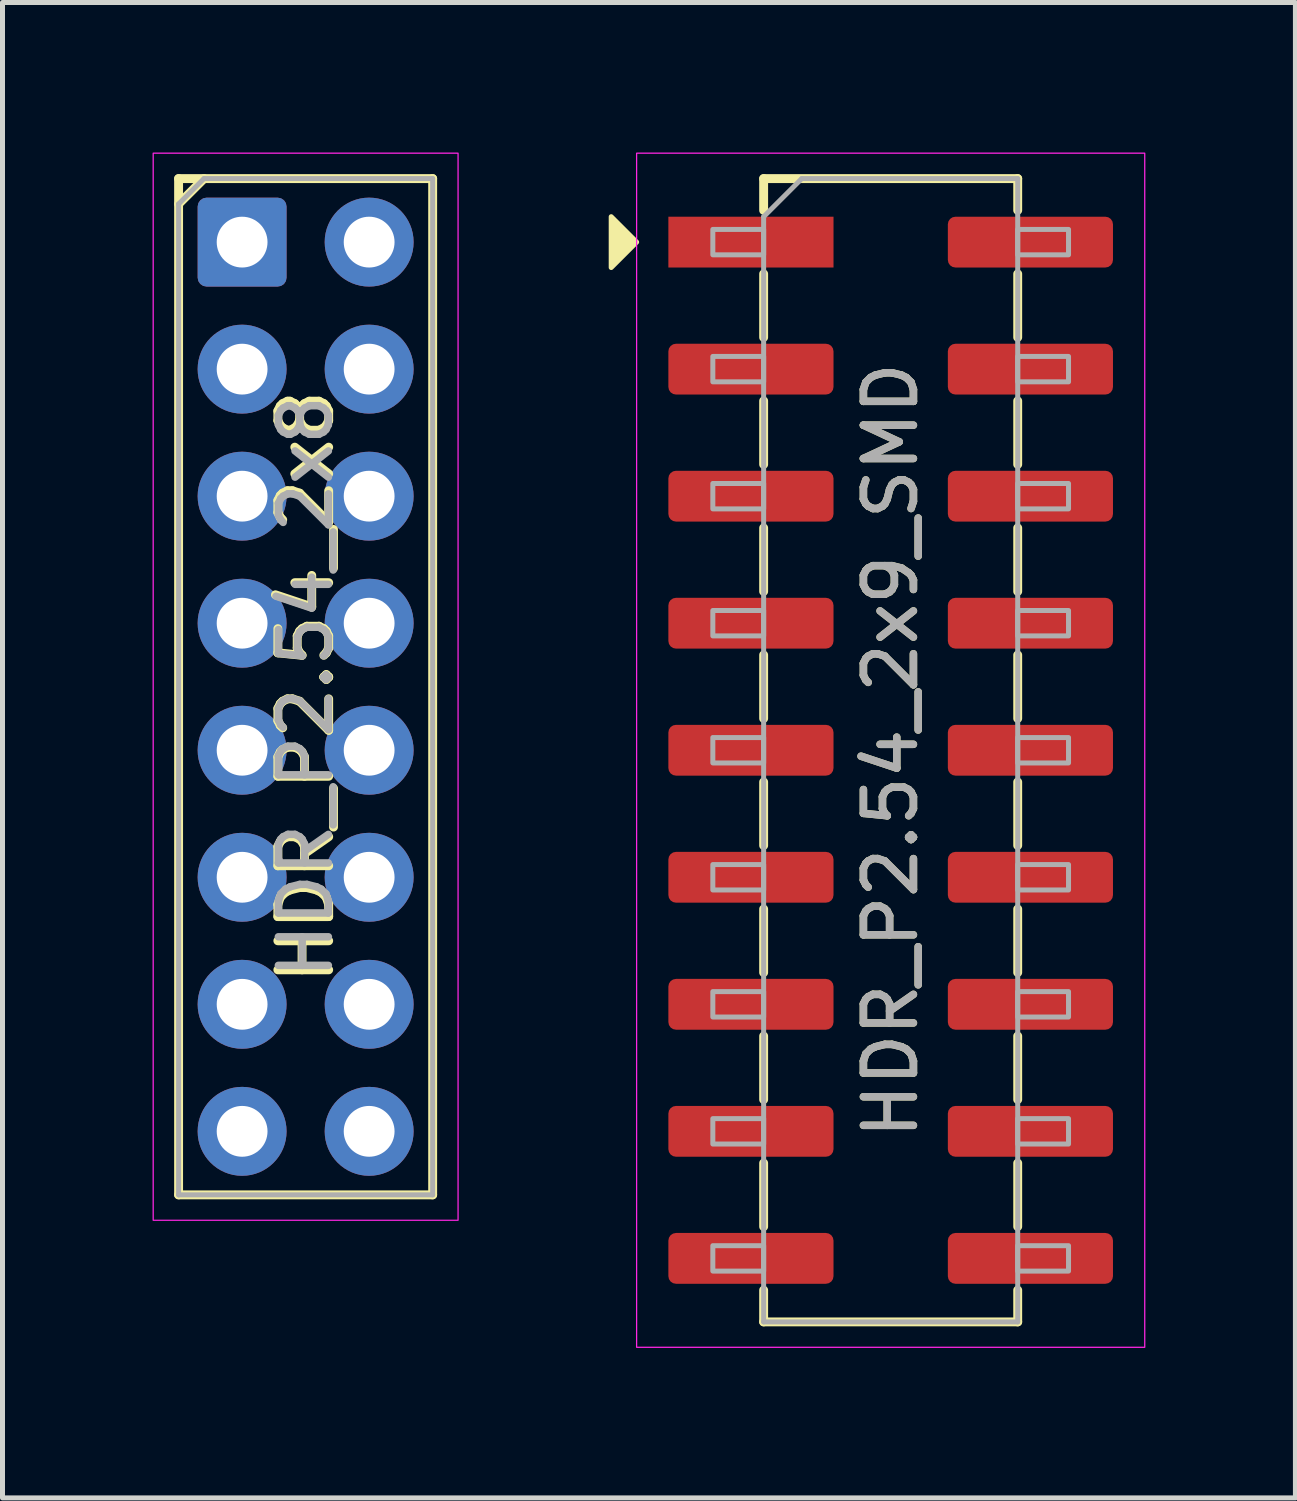
<source format=kicad_pcb>
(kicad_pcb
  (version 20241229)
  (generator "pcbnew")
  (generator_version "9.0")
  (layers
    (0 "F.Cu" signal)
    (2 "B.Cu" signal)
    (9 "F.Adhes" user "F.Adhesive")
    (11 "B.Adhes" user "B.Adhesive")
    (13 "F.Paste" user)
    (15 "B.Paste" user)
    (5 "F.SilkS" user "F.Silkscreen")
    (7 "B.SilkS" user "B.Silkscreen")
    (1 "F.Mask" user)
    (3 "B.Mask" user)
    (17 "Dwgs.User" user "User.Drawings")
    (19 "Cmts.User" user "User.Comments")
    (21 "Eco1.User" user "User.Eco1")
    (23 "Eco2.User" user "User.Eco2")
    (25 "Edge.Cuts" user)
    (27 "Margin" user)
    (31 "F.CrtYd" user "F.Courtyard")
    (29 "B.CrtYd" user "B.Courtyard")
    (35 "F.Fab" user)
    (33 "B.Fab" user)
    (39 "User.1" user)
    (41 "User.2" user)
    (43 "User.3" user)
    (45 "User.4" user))
  (footprint "HDR_P2.54_2x8"
    (layer "F.Cu")
    (at 3.061 10.681)
    (property "Reference" "HDR_P2.54_2x8" (at 0 0 90) (layer "F.SilkS") (effects (font (size 1.016 1.016) (thickness 0.178))))
    (attr through_hole)
    (fp_line (start -2.54 -10.16) (end -2.54 10.16) (stroke (width 0.178) (type solid)) (layer "F.SilkS"))
    (fp_line (start -2.54 -10.16) (end 2.54 -10.16) (stroke (width 0.178) (type solid)) (layer "F.SilkS"))
    (fp_line (start -2.54 -9.652) (end -2.032 -10.16) (stroke (width 0.178) (type solid)) (layer "F.SilkS"))
    (fp_line (start -2.54 10.16) (end 2.54 10.16) (stroke (width 0.178) (type solid)) (layer "F.SilkS"))
    (fp_line (start 2.54 -10.16) (end 2.54 10.16) (stroke (width 0.178) (type solid)) (layer "F.SilkS"))
    (fp_rect (start -3.048 -10.668) (end 3.048 10.668) (stroke (width 0.025) (type solid)) (fill no) (layer "F.CrtYd"))
    (fp_line (start -2.54 -9.652) (end -2.032 -10.16) (stroke (width 0.1) (type solid)) (layer "F.Fab"))
    (fp_line (start -2.54 10.16) (end -2.54 -9.652) (stroke (width 0.1) (type solid)) (layer "F.Fab"))
    (fp_line (start -2.032 -10.16) (end 2.54 -10.16) (stroke (width 0.1) (type solid)) (layer "F.Fab"))
    (fp_line (start 2.54 -10.16) (end 2.54 10.16) (stroke (width 0.1) (type solid)) (layer "F.Fab"))
    (fp_line (start 2.54 10.16) (end -2.54 10.16) (stroke (width 0.1) (type solid)) (layer "F.Fab"))
    (fp_text user "${REFERENCE}" (at 0 0 90) (layer "F.Fab") (effects (font (size 1 1) (thickness 0.15))))
    (pad "1" thru_hole roundrect (at -1.27 -8.89) (size 1.778 1.778) (drill 1.016) (layers "*.Cu" "*.Mask") (roundrect_rratio 0.1))
    (pad "2" thru_hole oval (at 1.27 -8.89) (size 1.778 1.778) (drill 1.016) (layers "*.Cu" "*.Mask"))
    (pad "3" thru_hole oval (at -1.27 -6.35) (size 1.778 1.778) (drill 1.016) (layers "*.Cu" "*.Mask"))
    (pad "4" thru_hole oval (at 1.27 -6.35) (size 1.778 1.778) (drill 1.016) (layers "*.Cu" "*.Mask"))
    (pad "5" thru_hole oval (at -1.27 -3.81) (size 1.778 1.778) (drill 1.016) (layers "*.Cu" "*.Mask"))
    (pad "6" thru_hole oval (at 1.27 -3.81) (size 1.778 1.778) (drill 1.016) (layers "*.Cu" "*.Mask"))
    (pad "7" thru_hole oval (at -1.27 -1.27) (size 1.778 1.778) (drill 1.016) (layers "*.Cu" "*.Mask"))
    (pad "8" thru_hole oval (at 1.27 -1.27) (size 1.778 1.778) (drill 1.016) (layers "*.Cu" "*.Mask"))
    (pad "9" thru_hole oval (at -1.27 1.27) (size 1.778 1.778) (drill 1.016) (layers "*.Cu" "*.Mask"))
    (pad "10" thru_hole oval (at 1.27 1.27) (size 1.778 1.778) (drill 1.016) (layers "*.Cu" "*.Mask"))
    (pad "11" thru_hole oval (at -1.27 3.81) (size 1.778 1.778) (drill 1.016) (layers "*.Cu" "*.Mask"))
    (pad "12" thru_hole oval (at 1.27 3.81) (size 1.778 1.778) (drill 1.016) (layers "*.Cu" "*.Mask"))
    (pad "13" thru_hole oval (at -1.27 6.35) (size 1.778 1.778) (drill 1.016) (layers "*.Cu" "*.Mask"))
    (pad "14" thru_hole oval (at 1.27 6.35) (size 1.778 1.778) (drill 1.016) (layers "*.Cu" "*.Mask"))
    (pad "15" thru_hole oval (at -1.27 8.89) (size 1.778 1.778) (drill 1.016) (layers "*.Cu" "*.Mask"))
    (pad "16" thru_hole oval (at 1.27 8.89) (size 1.778 1.778) (drill 1.016) (layers "*.Cu" "*.Mask")))
  (footprint "HDR_P2.54_2x9_SMD"
    (layer "F.Cu")
    (at 14.759 11.951)
    (property "Reference" "HDR_P2.54_2x9_SMD" (at 0 0 90) (layer "F.SilkS") (effects (font (size 1 1) (thickness 0.15))))
    (attr smd)
    (fp_line (start -2.54 -11.43) (end -2.54 -10.795) (stroke (width 0.178) (type solid)) (layer "F.SilkS"))
    (fp_line (start -2.54 -8.255) (end -2.54 -9.525) (stroke (width 0.178) (type solid)) (layer "F.SilkS"))
    (fp_line (start -2.54 -5.715) (end -2.54 -6.985) (stroke (width 0.178) (type solid)) (layer "F.SilkS"))
    (fp_line (start -2.54 -3.175) (end -2.54 -4.445) (stroke (width 0.178) (type solid)) (layer "F.SilkS"))
    (fp_line (start -2.54 -0.635) (end -2.54 -1.905) (stroke (width 0.178) (type solid)) (layer "F.SilkS"))
    (fp_line (start -2.54 1.905) (end -2.54 0.635) (stroke (width 0.178) (type solid)) (layer "F.SilkS"))
    (fp_line (start -2.54 4.445) (end -2.54 3.175) (stroke (width 0.178) (type solid)) (layer "F.SilkS"))
    (fp_line (start -2.54 6.985) (end -2.54 5.715) (stroke (width 0.178) (type solid)) (layer "F.SilkS"))
    (fp_line (start -2.54 9.525) (end -2.54 8.255) (stroke (width 0.178) (type solid)) (layer "F.SilkS"))
    (fp_line (start -2.54 11.43) (end -2.54 10.795) (stroke (width 0.178) (type solid)) (layer "F.SilkS"))
    (fp_line (start 2.54 -11.43) (end -2.54 -11.43) (stroke (width 0.178) (type solid)) (layer "F.SilkS"))
    (fp_line (start 2.54 -10.795) (end 2.54 -11.43) (stroke (width 0.178) (type solid)) (layer "F.SilkS"))
    (fp_line (start 2.54 -8.255) (end 2.54 -9.525) (stroke (width 0.178) (type solid)) (layer "F.SilkS"))
    (fp_line (start 2.54 -5.715) (end 2.54 -6.985) (stroke (width 0.178) (type solid)) (layer "F.SilkS"))
    (fp_line (start 2.54 -3.175) (end 2.54 -4.445) (stroke (width 0.178) (type solid)) (layer "F.SilkS"))
    (fp_line (start 2.54 -0.635) (end 2.54 -1.905) (stroke (width 0.178) (type solid)) (layer "F.SilkS"))
    (fp_line (start 2.54 1.905) (end 2.54 0.635) (stroke (width 0.178) (type solid)) (layer "F.SilkS"))
    (fp_line (start 2.54 4.445) (end 2.54 3.175) (stroke (width 0.178) (type solid)) (layer "F.SilkS"))
    (fp_line (start 2.54 6.985) (end 2.54 5.715) (stroke (width 0.178) (type solid)) (layer "F.SilkS"))
    (fp_line (start 2.54 9.525) (end 2.54 8.255) (stroke (width 0.178) (type solid)) (layer "F.SilkS"))
    (fp_line (start 2.54 10.795) (end 2.54 11.43) (stroke (width 0.178) (type solid)) (layer "F.SilkS"))
    (fp_line (start 2.54 11.43) (end -2.54 11.43) (stroke (width 0.178) (type solid)) (layer "F.SilkS"))
    (fp_poly (pts (xy -5.08 -10.16) (xy -5.588 -9.652) (xy -5.588 -10.668)) (stroke (width 0.1) (type solid)) (fill yes) (layer "F.SilkS"))
    (fp_rect (start -5.08 -11.938) (end 5.08 11.938) (stroke (width 0.025) (type solid)) (fill no) (layer "F.CrtYd"))
    (fp_line (start -2.54 -10.668) (end -1.778 -11.43) (stroke (width 0.1) (type solid)) (layer "F.Fab"))
    (fp_line (start -2.54 11.43) (end -2.54 -10.668) (stroke (width 0.1) (type solid)) (layer "F.Fab"))
    (fp_line (start -1.778 -11.43) (end 2.54 -11.43) (stroke (width 0.1) (type solid)) (layer "F.Fab"))
    (fp_line (start 2.54 -11.43) (end 2.54 11.43) (stroke (width 0.1) (type solid)) (layer "F.Fab"))
    (fp_line (start 2.54 11.43) (end -2.54 11.43) (stroke (width 0.1) (type solid)) (layer "F.Fab"))
    (fp_rect (start -3.556 -10.414) (end -2.54 -9.906) (stroke (width 0.1) (type solid)) (fill no) (layer "F.Fab"))
    (fp_rect (start -3.556 -7.874) (end -2.54 -7.366) (stroke (width 0.1) (type solid)) (fill no) (layer "F.Fab"))
    (fp_rect (start -3.556 -5.334) (end -2.54 -4.826) (stroke (width 0.1) (type solid)) (fill no) (layer "F.Fab"))
    (fp_rect (start -3.556 -2.794) (end -2.54 -2.286) (stroke (width 0.1) (type solid)) (fill no) (layer "F.Fab"))
    (fp_rect (start -3.556 -0.254) (end -2.54 0.254) (stroke (width 0.1) (type solid)) (fill no) (layer "F.Fab"))
    (fp_rect (start -3.556 2.286) (end -2.54 2.794) (stroke (width 0.1) (type solid)) (fill no) (layer "F.Fab"))
    (fp_rect (start -3.556 4.826) (end -2.54 5.334) (stroke (width 0.1) (type solid)) (fill no) (layer "F.Fab"))
    (fp_rect (start -3.556 7.366) (end -2.54 7.874) (stroke (width 0.1) (type solid)) (fill no) (layer "F.Fab"))
    (fp_rect (start -3.556 9.906) (end -2.54 10.414) (stroke (width 0.1) (type solid)) (fill no) (layer "F.Fab"))
    (fp_rect (start 2.54 -10.414) (end 3.556 -9.906) (stroke (width 0.1) (type solid)) (fill no) (layer "F.Fab"))
    (fp_rect (start 2.54 -7.874) (end 3.556 -7.366) (stroke (width 0.1) (type solid)) (fill no) (layer "F.Fab"))
    (fp_rect (start 2.54 -5.334) (end 3.556 -4.826) (stroke (width 0.1) (type solid)) (fill no) (layer "F.Fab"))
    (fp_rect (start 2.54 -2.794) (end 3.556 -2.286) (stroke (width 0.1) (type solid)) (fill no) (layer "F.Fab"))
    (fp_rect (start 2.54 -0.254) (end 3.556 0.254) (stroke (width 0.1) (type solid)) (fill no) (layer "F.Fab"))
    (fp_rect (start 2.54 2.286) (end 3.556 2.794) (stroke (width 0.1) (type solid)) (fill no) (layer "F.Fab"))
    (fp_rect (start 2.54 4.826) (end 3.556 5.334) (stroke (width 0.1) (type solid)) (fill no) (layer "F.Fab"))
    (fp_rect (start 2.54 7.366) (end 3.556 7.874) (stroke (width 0.1) (type solid)) (fill no) (layer "F.Fab"))
    (fp_rect (start 2.54 9.906) (end 3.556 10.414) (stroke (width 0.1) (type solid)) (fill no) (layer "F.Fab"))
    (fp_text user "${REFERENCE}" (at 0 0 90) (layer "F.Fab") (effects (font (size 1 1) (thickness 0.15))))
    (pad "1" smd rect (at -2.794 -10.16) (size 3.302 1.016) (layers "F.Cu" "F.Mask" "F.Paste"))
    (pad "2" smd roundrect (at 2.794 -10.16) (size 3.302 1.016) (layers "F.Cu" "F.Mask" "F.Paste") (roundrect_rratio 0.15))
    (pad "3" smd roundrect (at -2.794 -7.62) (size 3.302 1.016) (layers "F.Cu" "F.Mask" "F.Paste") (roundrect_rratio 0.15))
    (pad "4" smd roundrect (at 2.794 -7.62) (size 3.302 1.016) (layers "F.Cu" "F.Mask" "F.Paste") (roundrect_rratio 0.15))
    (pad "5" smd roundrect (at -2.794 -5.08) (size 3.302 1.016) (layers "F.Cu" "F.Mask" "F.Paste") (roundrect_rratio 0.15))
    (pad "6" smd roundrect (at 2.794 -5.08) (size 3.302 1.016) (layers "F.Cu" "F.Mask" "F.Paste") (roundrect_rratio 0.15))
    (pad "7" smd roundrect (at -2.794 -2.54) (size 3.302 1.016) (layers "F.Cu" "F.Mask" "F.Paste") (roundrect_rratio 0.15))
    (pad "8" smd roundrect (at 2.794 -2.54) (size 3.302 1.016) (layers "F.Cu" "F.Mask" "F.Paste") (roundrect_rratio 0.15))
    (pad "9" smd roundrect (at -2.794 0) (size 3.302 1.016) (layers "F.Cu" "F.Mask" "F.Paste") (roundrect_rratio 0.15))
    (pad "10" smd roundrect (at 2.794 0) (size 3.302 1.016) (layers "F.Cu" "F.Mask" "F.Paste") (roundrect_rratio 0.15))
    (pad "11" smd roundrect (at -2.794 2.54) (size 3.302 1.016) (layers "F.Cu" "F.Mask" "F.Paste") (roundrect_rratio 0.15))
    (pad "12" smd roundrect (at 2.794 2.54) (size 3.302 1.016) (layers "F.Cu" "F.Mask" "F.Paste") (roundrect_rratio 0.15))
    (pad "13" smd roundrect (at -2.794 5.08) (size 3.302 1.016) (layers "F.Cu" "F.Mask" "F.Paste") (roundrect_rratio 0.15))
    (pad "14" smd roundrect (at 2.794 5.08) (size 3.302 1.016) (layers "F.Cu" "F.Mask" "F.Paste") (roundrect_rratio 0.15))
    (pad "15" smd roundrect (at -2.794 7.62) (size 3.302 1.016) (layers "F.Cu" "F.Mask" "F.Paste") (roundrect_rratio 0.15))
    (pad "16" smd roundrect (at 2.794 7.62) (size 3.302 1.016) (layers "F.Cu" "F.Mask" "F.Paste") (roundrect_rratio 0.15))
    (pad "17" smd roundrect (at -2.794 10.16) (size 3.302 1.016) (layers "F.Cu" "F.Mask" "F.Paste") (roundrect_rratio 0.15))
    (pad "18" smd roundrect (at 2.794 10.16) (size 3.302 1.016) (layers "F.Cu" "F.Mask" "F.Paste") (roundrect_rratio 0.15)))
  (gr_rect
    (start -3 -3)
    (end 22.852 26.901)
    (stroke (width 0.1) (type default))
    (fill no)
    (layer "Edge.Cuts")))
</source>
